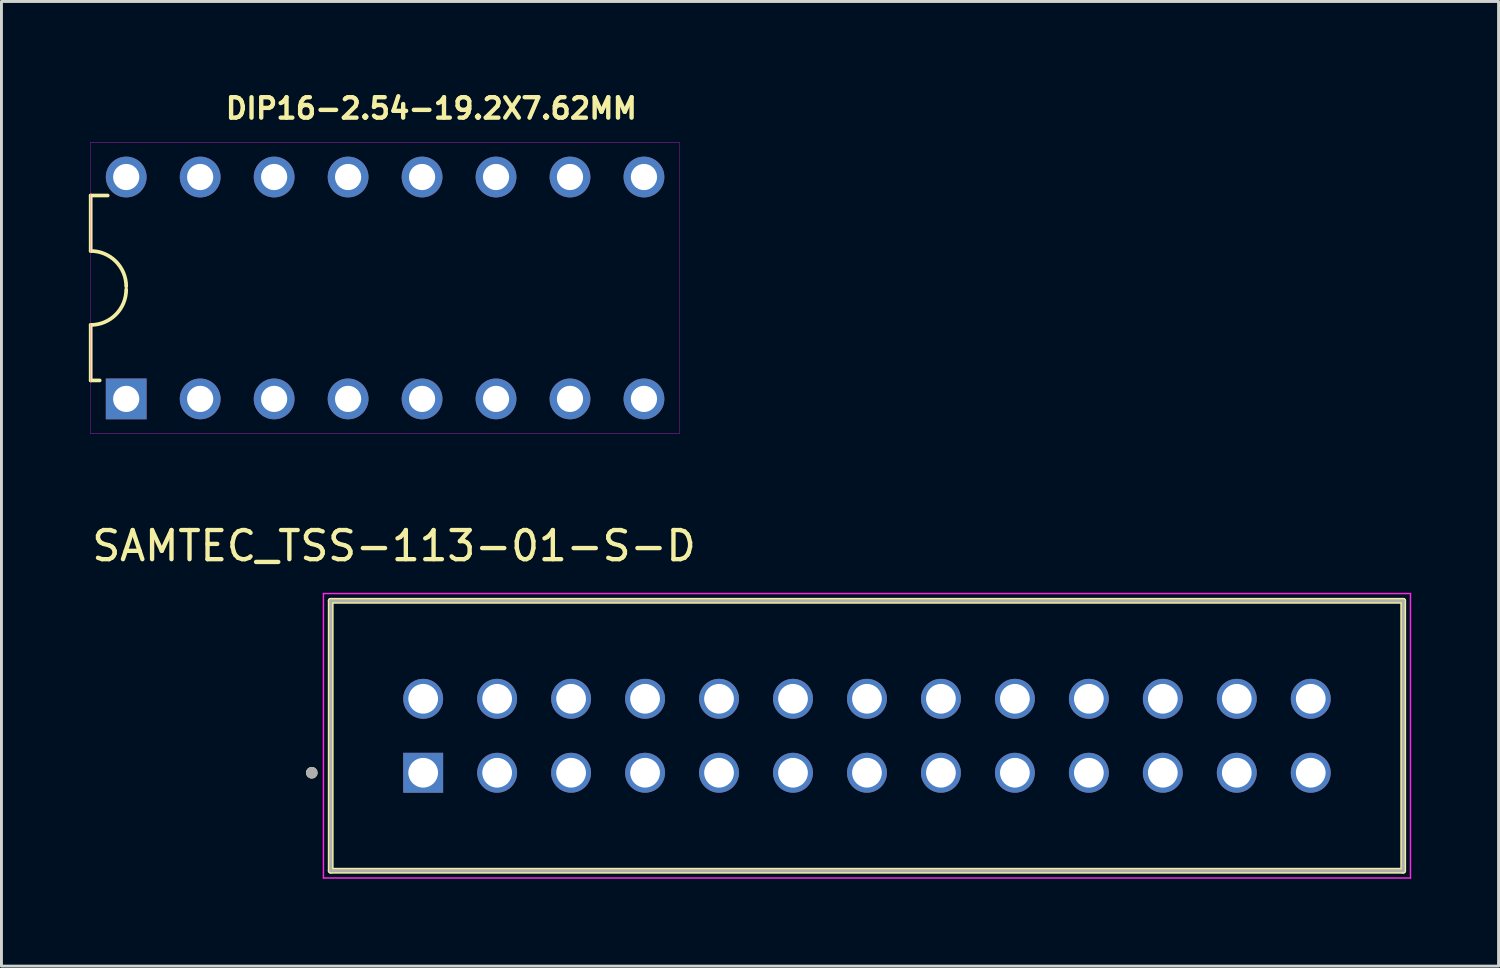
<source format=kicad_pcb>
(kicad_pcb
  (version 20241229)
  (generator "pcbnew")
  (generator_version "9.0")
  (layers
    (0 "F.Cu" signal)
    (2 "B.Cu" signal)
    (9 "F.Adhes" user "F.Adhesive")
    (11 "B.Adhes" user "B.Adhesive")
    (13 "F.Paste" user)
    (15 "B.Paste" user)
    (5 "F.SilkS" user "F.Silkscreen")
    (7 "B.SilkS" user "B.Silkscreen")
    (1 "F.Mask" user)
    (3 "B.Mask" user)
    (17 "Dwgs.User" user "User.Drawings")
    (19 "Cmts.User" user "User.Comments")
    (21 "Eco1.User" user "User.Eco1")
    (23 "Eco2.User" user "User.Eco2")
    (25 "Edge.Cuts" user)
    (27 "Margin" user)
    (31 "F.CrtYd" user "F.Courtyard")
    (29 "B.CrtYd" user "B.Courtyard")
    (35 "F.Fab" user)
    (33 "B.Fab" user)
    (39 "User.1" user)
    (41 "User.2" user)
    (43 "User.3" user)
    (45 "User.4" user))
  (footprint "SAMTEC_TSS-113-01-S-D"
    (layer "F.Cu")
    (at 11.482 23.487)
    (property "Reference" "SAMTEC_TSS-113-01-S-D" (at -1 -7.79 0) (layer "F.SilkS") (effects (font (size 1 1) (thickness 0.15))))
    (attr through_hole)
    (fp_line (start -3.175 3.365) (end -3.175 -5.905) (stroke (width 0.2) (type solid)) (layer "F.SilkS"))
    (fp_line (start 33.655 -5.905) (end -3.175 -5.905) (stroke (width 0.2) (type solid)) (layer "F.SilkS"))
    (fp_line (start 33.655 -5.905) (end 33.655 3.365) (stroke (width 0.2) (type solid)) (layer "F.SilkS"))
    (fp_line (start 33.655 3.365) (end -3.175 3.365) (stroke (width 0.2) (type solid)) (layer "F.SilkS"))
    (fp_circle (center -3.825 0) (end -3.725 0) (stroke (width 0.2) (type solid)) (fill no) (layer "F.SilkS"))
    (fp_line (start -3.425 -6.155) (end 33.905 -6.155) (stroke (width 0.05) (type solid)) (layer "F.CrtYd"))
    (fp_line (start -3.425 3.615) (end -3.425 -6.155) (stroke (width 0.05) (type solid)) (layer "F.CrtYd"))
    (fp_line (start 33.905 -6.155) (end 33.905 3.615) (stroke (width 0.05) (type solid)) (layer "F.CrtYd"))
    (fp_line (start 33.905 3.615) (end -3.425 3.615) (stroke (width 0.05) (type solid)) (layer "F.CrtYd"))
    (fp_line (start -3.175 -5.905) (end 33.655 -5.905) (stroke (width 0.1) (type solid)) (layer "F.Fab"))
    (fp_line (start -3.175 3.365) (end -3.175 -5.905) (stroke (width 0.1) (type solid)) (layer "F.Fab"))
    (fp_line (start 33.655 -5.905) (end 33.655 3.365) (stroke (width 0.1) (type solid)) (layer "F.Fab"))
    (fp_line (start 33.655 3.365) (end -3.175 3.365) (stroke (width 0.1) (type solid)) (layer "F.Fab"))
    (fp_circle (center -3.825 0) (end -3.725 0) (stroke (width 0.2) (type solid)) (fill no) (layer "F.Fab"))
    (pad "01" thru_hole rect (at 0 0) (size 1.37 1.37) (drill 1.02) (layers "*.Cu" "*.Mask"))
    (pad "02" thru_hole circle (at 0 -2.54) (size 1.37 1.37) (drill 1.02) (layers "*.Cu" "*.Mask"))
    (pad "03" thru_hole circle (at 2.54 0) (size 1.37 1.37) (drill 1.02) (layers "*.Cu" "*.Mask"))
    (pad "04" thru_hole circle (at 2.54 -2.54) (size 1.37 1.37) (drill 1.02) (layers "*.Cu" "*.Mask"))
    (pad "05" thru_hole circle (at 5.08 0) (size 1.37 1.37) (drill 1.02) (layers "*.Cu" "*.Mask"))
    (pad "06" thru_hole circle (at 5.08 -2.54) (size 1.37 1.37) (drill 1.02) (layers "*.Cu" "*.Mask"))
    (pad "07" thru_hole circle (at 7.62 0) (size 1.37 1.37) (drill 1.02) (layers "*.Cu" "*.Mask"))
    (pad "08" thru_hole circle (at 7.62 -2.54) (size 1.37 1.37) (drill 1.02) (layers "*.Cu" "*.Mask"))
    (pad "09" thru_hole circle (at 10.16 0) (size 1.37 1.37) (drill 1.02) (layers "*.Cu" "*.Mask"))
    (pad "10" thru_hole circle (at 10.16 -2.54) (size 1.37 1.37) (drill 1.02) (layers "*.Cu" "*.Mask"))
    (pad "11" thru_hole circle (at 12.7 0) (size 1.37 1.37) (drill 1.02) (layers "*.Cu" "*.Mask"))
    (pad "12" thru_hole circle (at 12.7 -2.54) (size 1.37 1.37) (drill 1.02) (layers "*.Cu" "*.Mask"))
    (pad "13" thru_hole circle (at 15.24 0) (size 1.37 1.37) (drill 1.02) (layers "*.Cu" "*.Mask"))
    (pad "14" thru_hole circle (at 15.24 -2.54) (size 1.37 1.37) (drill 1.02) (layers "*.Cu" "*.Mask"))
    (pad "15" thru_hole circle (at 17.78 0) (size 1.37 1.37) (drill 1.02) (layers "*.Cu" "*.Mask"))
    (pad "16" thru_hole circle (at 17.78 -2.54) (size 1.37 1.37) (drill 1.02) (layers "*.Cu" "*.Mask"))
    (pad "17" thru_hole circle (at 20.32 0) (size 1.37 1.37) (drill 1.02) (layers "*.Cu" "*.Mask"))
    (pad "18" thru_hole circle (at 20.32 -2.54) (size 1.37 1.37) (drill 1.02) (layers "*.Cu" "*.Mask"))
    (pad "19" thru_hole circle (at 22.86 0) (size 1.37 1.37) (drill 1.02) (layers "*.Cu" "*.Mask"))
    (pad "20" thru_hole circle (at 22.86 -2.54) (size 1.37 1.37) (drill 1.02) (layers "*.Cu" "*.Mask"))
    (pad "21" thru_hole circle (at 25.4 0) (size 1.37 1.37) (drill 1.02) (layers "*.Cu" "*.Mask"))
    (pad "22" thru_hole circle (at 25.4 -2.54) (size 1.37 1.37) (drill 1.02) (layers "*.Cu" "*.Mask"))
    (pad "23" thru_hole circle (at 27.94 0) (size 1.37 1.37) (drill 1.02) (layers "*.Cu" "*.Mask"))
    (pad "24" thru_hole circle (at 27.94 -2.54) (size 1.37 1.37) (drill 1.02) (layers "*.Cu" "*.Mask"))
    (pad "25" thru_hole circle (at 30.48 0) (size 1.37 1.37) (drill 1.02) (layers "*.Cu" "*.Mask"))
    (pad "26" thru_hole circle (at 30.48 -2.54) (size 1.37 1.37) (drill 1.02) (layers "*.Cu" "*.Mask")))
  (footprint "DIP16-2.54-19.2X7.62MM"
    (layer "F.Cu")
    (at 10.174 6.839)
    (property "Reference" "DIP16-2.54-19.2X7.62MM" (at 1.589 -6.166 0) (layer "F.SilkS") (effects (font (size 0.701 0.701) (thickness 0.15))))
    (attr through_hole)
    (fp_line (start -10.11 -3.175) (end -9.525 -3.175) (stroke (width 0.127) (type solid)) (layer "F.SilkS"))
    (fp_line (start -10.11 -1.27) (end -10.11 -3.175) (stroke (width 0.127) (type solid)) (layer "F.SilkS"))
    (fp_line (start -10.11 3.175) (end -10.11 1.27) (stroke (width 0.127) (type solid)) (layer "F.SilkS"))
    (fp_line (start -10.11 3.175) (end -9.8 3.175) (stroke (width 0.127) (type solid)) (layer "F.SilkS"))
    (fp_arc (start -10.11 -1.27) (mid -9.24733 -0.91267) (end -8.89 -0.05) (stroke (width 0.127) (type solid)) (layer "F.SilkS"))
    (fp_arc (start -8.89 0.05) (mid -9.24733 0.91267) (end -10.11 1.27) (stroke (width 0.127) (type solid)) (layer "F.SilkS"))
    (fp_poly (pts (xy -10.12 -5) (xy 10.11 -5) (xy 10.11 5.005) (xy -10.12 5.005)) (stroke (width 0.01) (type solid)) (fill no) (layer "F.CrtYd"))
    (pad "1" thru_hole rect (at -8.89 3.81) (size 1.4 1.4) (drill 0.9) (layers "*.Cu" "*.Mask"))
    (pad "2" thru_hole circle (at -6.35 3.81) (size 1.4 1.4) (drill 0.9) (layers "*.Cu" "*.Mask"))
    (pad "3" thru_hole circle (at -3.81 3.81) (size 1.4 1.4) (drill 0.9) (layers "*.Cu" "*.Mask"))
    (pad "4" thru_hole circle (at -1.27 3.81) (size 1.4 1.4) (drill 0.9) (layers "*.Cu" "*.Mask"))
    (pad "5" thru_hole circle (at 1.27 3.81) (size 1.4 1.4) (drill 0.9) (layers "*.Cu" "*.Mask"))
    (pad "6" thru_hole circle (at 3.81 3.81) (size 1.4 1.4) (drill 0.9) (layers "*.Cu" "*.Mask"))
    (pad "7" thru_hole circle (at 6.35 3.81) (size 1.4 1.4) (drill 0.9) (layers "*.Cu" "*.Mask"))
    (pad "8" thru_hole circle (at 8.89 3.81) (size 1.4 1.4) (drill 0.9) (layers "*.Cu" "*.Mask"))
    (pad "9" thru_hole circle (at 8.89 -3.81) (size 1.4 1.4) (drill 0.9) (layers "*.Cu" "*.Mask"))
    (pad "10" thru_hole circle (at 6.35 -3.81) (size 1.4 1.4) (drill 0.9) (layers "*.Cu" "*.Mask"))
    (pad "11" thru_hole circle (at 3.81 -3.81) (size 1.4 1.4) (drill 0.9) (layers "*.Cu" "*.Mask"))
    (pad "12" thru_hole circle (at 1.27 -3.81) (size 1.4 1.4) (drill 0.9) (layers "*.Cu" "*.Mask"))
    (pad "13" thru_hole circle (at -1.27 -3.81) (size 1.4 1.4) (drill 0.9) (layers "*.Cu" "*.Mask"))
    (pad "14" thru_hole circle (at -3.81 -3.81) (size 1.4 1.4) (drill 0.9) (layers "*.Cu" "*.Mask"))
    (pad "15" thru_hole circle (at -6.35 -3.81) (size 1.4 1.4) (drill 0.9) (layers "*.Cu" "*.Mask"))
    (pad "16" thru_hole circle (at -8.89 -3.81) (size 1.4 1.4) (drill 0.9) (layers "*.Cu" "*.Mask")))
  (gr_rect
    (start -3 -3)
    (end 48.412 30.127)
    (stroke (width 0.1) (type default))
    (fill no)
    (layer "Edge.Cuts")))
</source>
